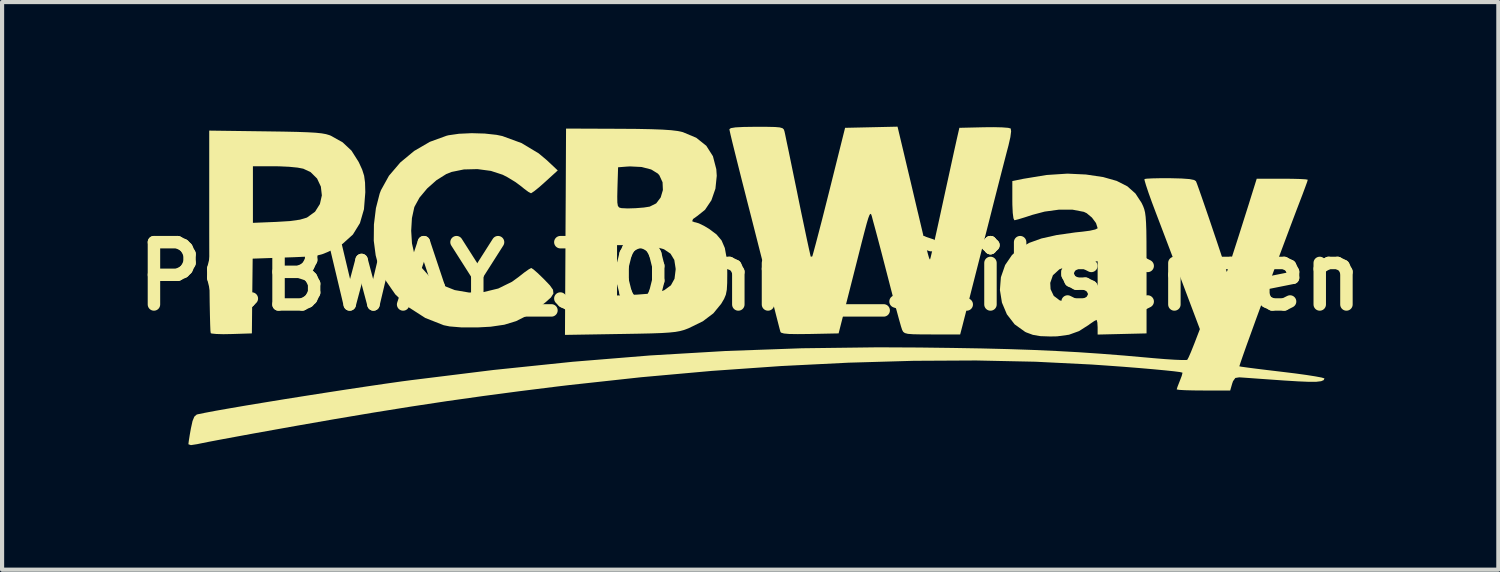
<source format=kicad_pcb>
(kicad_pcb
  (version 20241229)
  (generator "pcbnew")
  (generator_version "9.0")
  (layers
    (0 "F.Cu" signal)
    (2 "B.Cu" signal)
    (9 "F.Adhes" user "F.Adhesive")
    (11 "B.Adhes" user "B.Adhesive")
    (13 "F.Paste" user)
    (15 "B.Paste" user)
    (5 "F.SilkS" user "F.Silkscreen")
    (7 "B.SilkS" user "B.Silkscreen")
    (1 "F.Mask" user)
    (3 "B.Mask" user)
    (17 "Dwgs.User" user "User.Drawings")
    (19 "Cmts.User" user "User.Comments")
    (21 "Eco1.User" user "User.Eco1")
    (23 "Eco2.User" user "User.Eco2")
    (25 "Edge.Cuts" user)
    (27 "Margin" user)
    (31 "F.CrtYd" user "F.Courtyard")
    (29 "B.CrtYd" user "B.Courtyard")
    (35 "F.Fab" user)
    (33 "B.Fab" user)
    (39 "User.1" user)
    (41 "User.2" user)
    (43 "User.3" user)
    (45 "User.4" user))
  (footprint "PCBWAY_30mm_Slikscreen"
    (layer "F.Cu")
    (at 15.014 3.603)
    (property "Reference" "PCBWAY_30mm_Slikscreen" (at 0 0 0) (layer "F.SilkS") (effects (font (size 1.5 1.5) (thickness 0.3))))
    (attr board_only exclude_from_pos_files exclude_from_bom)
    (fp_poly (pts (xy -11.66 -3.49) (xy -11.242 -3.484) (xy -10.911 -3.477) (xy -10.655 -3.468) (xy -10.462 -3.457) (xy -10.319 -3.442) (xy -10.214 -3.423) (xy -10.133 -3.399) (xy -10.098 -3.385) (xy -9.814 -3.226) (xy -9.6 -3.025) (xy -9.429 -2.755) (xy -9.423 -2.743) (xy -9.343 -2.569) (xy -9.296 -2.421) (xy -9.274 -2.257) (xy -9.268 -2.037) (xy -9.268 -2.018) (xy -9.3 -1.614) (xy -9.397 -1.28) (xy -9.566 -1.006) (xy -9.813 -0.783) (xy -10.054 -0.642) (xy -10.182 -0.581) (xy -10.292 -0.537) (xy -10.406 -0.506) (xy -10.545 -0.485) (xy -10.728 -0.471) (xy -10.977 -0.46) (xy -11.182 -0.453) (xy -11.98 -0.425) (xy -11.99 0.475) (xy -11.999 1.375) (xy -12.476 1.39) (xy -12.686 1.394) (xy -12.857 1.389) (xy -12.965 1.378) (xy -12.989 1.37) (xy -12.997 1.314) (xy -13.003 1.168) (xy -13.009 0.942) (xy -13.015 0.645) (xy -13.019 0.287) (xy -13.023 -0.122) (xy -13.025 -0.571) (xy -13.026 -1.052) (xy -13.026 -1.088) (xy -13.026 -2.65) (xy -11.974 -2.65) (xy -11.974 -1.969) (xy -11.974 -1.287) (xy -11.41 -1.31) (xy -11.081 -1.33) (xy -10.84 -1.364) (xy -10.679 -1.412) (xy -10.669 -1.417) (xy -10.478 -1.555) (xy -10.361 -1.74) (xy -10.314 -1.948) (xy -10.338 -2.16) (xy -10.429 -2.354) (xy -10.586 -2.509) (xy -10.762 -2.591) (xy -10.898 -2.617) (xy -11.101 -2.637) (xy -11.337 -2.648) (xy -11.466 -2.65) (xy -11.974 -2.65) (xy -13.026 -2.65) (xy -13.026 -3.508)) (stroke (width 0) (type solid)) (fill yes) (layer "F.SilkS"))
    (fp_poly (pts (xy -6.392 -3.437) (xy -6.107 -3.406) (xy -5.968 -3.377) (xy -5.504 -3.207) (xy -5.093 -2.96) (xy -4.896 -2.795) (xy -4.634 -2.549) (xy -4.935 -2.275) (xy -5.079 -2.147) (xy -5.198 -2.051) (xy -5.27 -2.003) (xy -5.279 -2) (xy -5.339 -2.031) (xy -5.443 -2.108) (xy -5.502 -2.157) (xy -5.652 -2.269) (xy -5.843 -2.385) (xy -5.959 -2.445) (xy -6.244 -2.538) (xy -6.567 -2.581) (xy -6.894 -2.573) (xy -7.189 -2.513) (xy -7.318 -2.462) (xy -7.555 -2.313) (xy -7.778 -2.115) (xy -7.963 -1.894) (xy -8.081 -1.679) (xy -8.089 -1.659) (xy -8.145 -1.401) (xy -8.163 -1.097) (xy -8.144 -0.793) (xy -8.088 -0.54) (xy -7.934 -0.233) (xy -7.711 0.017) (xy -7.432 0.206) (xy -7.114 0.332) (xy -6.77 0.391) (xy -6.416 0.379) (xy -6.066 0.294) (xy -5.736 0.132) (xy -5.587 0.024) (xy -5.446 -0.087) (xy -5.333 -0.167) (xy -5.273 -0.2) (xy -5.272 -0.2) (xy -5.22 -0.167) (xy -5.119 -0.079) (xy -4.988 0.047) (xy -4.959 0.076) (xy -4.823 0.218) (xy -4.748 0.324) (xy -4.738 0.415) (xy -4.797 0.509) (xy -4.929 0.627) (xy -5.098 0.758) (xy -5.373 0.947) (xy -5.638 1.08) (xy -5.92 1.166) (xy -6.25 1.214) (xy -6.563 1.231) (xy -6.948 1.231) (xy -7.238 1.207) (xy -7.38 1.178) (xy -7.824 1.003) (xy -8.215 0.752) (xy -8.545 0.436) (xy -8.803 0.064) (xy -8.978 -0.354) (xy -9.018 -0.505) (xy -9.064 -0.857) (xy -9.06 -1.249) (xy -9.012 -1.641) (xy -8.922 -1.991) (xy -8.891 -2.073) (xy -8.698 -2.421) (xy -8.425 -2.741) (xy -8.09 -3.019) (xy -7.713 -3.238) (xy -7.312 -3.384) (xy -7.264 -3.396) (xy -7.013 -3.432) (xy -6.708 -3.446)) (stroke (width 0) (type solid)) (fill yes) (layer "F.SilkS"))
    (fp_poly (pts (xy 8.084 -2.451) (xy 8.497 -2.39) (xy 8.825 -2.297) (xy 9.081 -2.167) (xy 9.276 -1.994) (xy 9.423 -1.77) (xy 9.429 -1.758) (xy 9.462 -1.688) (xy 9.488 -1.618) (xy 9.508 -1.537) (xy 9.522 -1.431) (xy 9.532 -1.289) (xy 9.539 -1.097) (xy 9.542 -0.844) (xy 9.543 -0.517) (xy 9.544 -0.103) (xy 9.544 -0.075) (xy 9.544 1.375) (xy 8.955 1.389) (xy 8.366 1.403) (xy 8.366 1.227) (xy 8.359 1.11) (xy 8.342 1.052) (xy 8.338 1.05) (xy 8.284 1.078) (xy 8.184 1.146) (xy 8.148 1.173) (xy 7.917 1.32) (xy 7.676 1.407) (xy 7.39 1.446) (xy 7.228 1.449) (xy 6.987 1.441) (xy 6.807 1.41) (xy 6.65 1.352) (xy 6.619 1.337) (xy 6.368 1.157) (xy 6.181 0.916) (xy 6.062 0.634) (xy 6.013 0.33) (xy 6.026 0.158) (xy 7.225 0.158) (xy 7.233 0.31) (xy 7.309 0.471) (xy 7.452 0.579) (xy 7.644 0.631) (xy 7.864 0.623) (xy 8.094 0.551) (xy 8.198 0.496) (xy 8.283 0.439) (xy 8.334 0.382) (xy 8.358 0.299) (xy 8.366 0.161) (xy 8.366 0.015) (xy 8.366 -0.362) (xy 8.028 -0.327) (xy 7.691 -0.267) (xy 7.444 -0.167) (xy 7.289 -0.025) (xy 7.225 0.158) (xy 6.026 0.158) (xy 6.037 0.022) (xy 6.139 -0.271) (xy 6.303 -0.511) (xy 6.486 -0.673) (xy 6.719 -0.805) (xy 7.013 -0.911) (xy 7.38 -0.993) (xy 7.83 -1.057) (xy 8.003 -1.075) (xy 8.179 -1.098) (xy 8.308 -1.127) (xy 8.366 -1.156) (xy 8.366 -1.16) (xy 8.327 -1.282) (xy 8.229 -1.414) (xy 8.103 -1.519) (xy 8.034 -1.552) (xy 7.763 -1.604) (xy 7.438 -1.605) (xy 7.091 -1.558) (xy 6.8 -1.481) (xy 6.613 -1.42) (xy 6.462 -1.374) (xy 6.372 -1.351) (xy 6.361 -1.35) (xy 6.339 -1.397) (xy 6.322 -1.526) (xy 6.313 -1.72) (xy 6.312 -1.821) (xy 6.312 -2.293) (xy 6.575 -2.347) (xy 7.134 -2.439) (xy 7.638 -2.472)) (stroke (width 0) (type solid)) (fill yes) (layer "F.SilkS"))
    (fp_poly (pts (xy -3.158 -3.552) (xy -2.726 -3.549) (xy -2.381 -3.542) (xy -2.112 -3.532) (xy -1.905 -3.518) (xy -1.75 -3.499) (xy -1.633 -3.474) (xy -1.621 -3.471) (xy -1.299 -3.336) (xy -1.057 -3.143) (xy -0.897 -2.891) (xy -0.816 -2.579) (xy -0.805 -2.42) (xy -0.837 -2.11) (xy -0.934 -1.83) (xy -1.087 -1.602) (xy -1.277 -1.45) (xy -1.377 -1.379) (xy -1.397 -1.325) (xy -1.331 -1.3) (xy -1.319 -1.3) (xy -1.234 -1.274) (xy -1.1 -1.208) (xy -0.987 -1.14) (xy -0.812 -1.009) (xy -0.689 -0.863) (xy -0.611 -0.682) (xy -0.568 -0.446) (xy -0.553 -0.135) (xy -0.552 -0.072) (xy -0.554 0.162) (xy -0.563 0.324) (xy -0.586 0.442) (xy -0.628 0.543) (xy -0.694 0.655) (xy -0.699 0.663) (xy -0.887 0.892) (xy -1.141 1.084) (xy -1.477 1.248) (xy -1.509 1.261) (xy -1.598 1.294) (xy -1.691 1.319) (xy -1.802 1.339) (xy -1.945 1.354) (xy -2.132 1.366) (xy -2.379 1.375) (xy -2.697 1.382) (xy -3.102 1.389) (xy -3.119 1.389) (xy -4.46 1.411) (xy -4.448 -0.75) (xy -3.206 -0.75) (xy -3.206 -0.144) (xy -3.206 0.462) (xy -2.718 0.441) (xy -2.396 0.416) (xy -2.169 0.373) (xy -2.068 0.334) (xy -1.909 0.217) (xy -1.822 0.059) (xy -1.795 -0.161) (xy -1.796 -0.191) (xy -1.827 -0.393) (xy -1.918 -0.544) (xy -2.076 -0.651) (xy -2.31 -0.717) (xy -2.628 -0.747) (xy -2.793 -0.75) (xy -3.206 -0.75) (xy -4.448 -0.75) (xy -4.447 -1.073) (xy -4.442 -1.918) (xy -3.201 -1.918) (xy -3.199 -1.776) (xy -3.186 -1.696) (xy -3.157 -1.658) (xy -3.11 -1.643) (xy -3.095 -1.641) (xy -2.952 -1.634) (xy -2.757 -1.64) (xy -2.559 -1.656) (xy -2.419 -1.678) (xy -2.263 -1.756) (xy -2.155 -1.899) (xy -2.102 -2.077) (xy -2.11 -2.264) (xy -2.187 -2.432) (xy -2.223 -2.473) (xy -2.384 -2.572) (xy -2.615 -2.632) (xy -2.894 -2.646) (xy -2.981 -2.641) (xy -3.181 -2.625) (xy -3.196 -2.141) (xy -3.201 -1.918) (xy -4.442 -1.918) (xy -4.434 -3.557)) (stroke (width 0) (type solid)) (fill yes) (layer "F.SilkS"))
    (fp_poly (pts (xy 3.706 -2.939) (xy 3.779 -2.63) (xy 3.866 -2.266) (xy 3.954 -1.892) (xy 4.034 -1.552) (xy 4.041 -1.525) (xy 4.127 -1.161) (xy 4.193 -0.883) (xy 4.243 -0.68) (xy 4.278 -0.542) (xy 4.302 -0.458) (xy 4.318 -0.416) (xy 4.328 -0.406) (xy 4.331 -0.407) (xy 4.346 -0.459) (xy 4.378 -0.595) (xy 4.426 -0.804) (xy 4.486 -1.071) (xy 4.555 -1.385) (xy 4.629 -1.725) (xy 4.708 -2.088) (xy 4.784 -2.434) (xy 4.852 -2.746) (xy 4.909 -3.007) (xy 4.952 -3.2) (xy 4.974 -3.3) (xy 5.037 -3.575) (xy 5.633 -3.589) (xy 5.869 -3.591) (xy 6.069 -3.586) (xy 6.211 -3.575) (xy 6.273 -3.559) (xy 6.283 -3.491) (xy 6.265 -3.351) (xy 6.222 -3.162) (xy 6.218 -3.145) (xy 6.183 -3.013) (xy 6.127 -2.797) (xy 6.053 -2.511) (xy 5.965 -2.167) (xy 5.866 -1.78) (xy 5.76 -1.361) (xy 5.649 -0.926) (xy 5.636 -0.875) (xy 5.528 -0.447) (xy 5.425 -0.044) (xy 5.331 0.324) (xy 5.25 0.645) (xy 5.184 0.905) (xy 5.135 1.095) (xy 5.108 1.202) (xy 5.105 1.212) (xy 5.056 1.4) (xy 4.381 1.4) (xy 4.109 1.399) (xy 3.92 1.395) (xy 3.798 1.386) (xy 3.725 1.367) (xy 3.685 1.338) (xy 3.661 1.295) (xy 3.658 1.288) (xy 3.632 1.208) (xy 3.586 1.046) (xy 3.524 0.819) (xy 3.45 0.542) (xy 3.369 0.23) (xy 3.329 0.075) (xy 3.242 -0.261) (xy 3.159 -0.581) (xy 3.084 -0.866) (xy 3.022 -1.099) (xy 2.978 -1.261) (xy 2.967 -1.3) (xy 2.945 -1.383) (xy 2.928 -1.45) (xy 2.912 -1.493) (xy 2.894 -1.505) (xy 2.873 -1.477) (xy 2.844 -1.402) (xy 2.805 -1.271) (xy 2.753 -1.077) (xy 2.684 -0.811) (xy 2.597 -0.466) (xy 2.487 -0.033) (xy 2.466 0.05) (xy 2.129 1.375) (xy 1.439 1.389) (xy 1.146 1.392) (xy 0.941 1.389) (xy 0.811 1.377) (xy 0.744 1.357) (xy 0.729 1.339) (xy 0.71 1.271) (xy 0.672 1.124) (xy 0.618 0.914) (xy 0.554 0.66) (xy 0.501 0.45) (xy 0.435 0.185) (xy 0.349 -0.156) (xy 0.248 -0.551) (xy 0.139 -0.98) (xy 0.027 -1.421) (xy -0.084 -1.853) (xy -0.103 -1.929) (xy -0.2 -2.309) (xy -0.288 -2.659) (xy -0.365 -2.967) (xy -0.428 -3.221) (xy -0.473 -3.409) (xy -0.497 -3.519) (xy -0.501 -3.542) (xy -0.465 -3.568) (xy -0.353 -3.586) (xy -0.157 -3.596) (xy 0.132 -3.6) (xy 0.149 -3.6) (xy 0.415 -3.599) (xy 0.597 -3.595) (xy 0.712 -3.585) (xy 0.778 -3.566) (xy 0.81 -3.536) (xy 0.825 -3.491) (xy 0.826 -3.488) (xy 0.843 -3.411) (xy 0.876 -3.25) (xy 0.925 -3.018) (xy 0.985 -2.727) (xy 1.054 -2.391) (xy 1.13 -2.023) (xy 1.154 -1.903) (xy 1.23 -1.533) (xy 1.301 -1.196) (xy 1.362 -0.905) (xy 1.413 -0.67) (xy 1.45 -0.505) (xy 1.47 -0.421) (xy 1.473 -0.413) (xy 1.489 -0.456) (xy 1.525 -0.584) (xy 1.58 -0.787) (xy 1.65 -1.054) (xy 1.733 -1.373) (xy 1.824 -1.733) (xy 1.888 -1.986) (xy 2.285 -3.575) (xy 2.917 -3.589) (xy 3.548 -3.603)) (stroke (width 0) (type solid)) (fill yes) (layer "F.SilkS"))
    (fp_poly (pts (xy 10.108 -2.362) (xy 10.387 -2.355) (xy 10.578 -2.341) (xy 10.69 -2.319) (xy 10.733 -2.29) (xy 10.758 -2.229) (xy 10.808 -2.09) (xy 10.878 -1.89) (xy 10.962 -1.647) (xy 11.055 -1.376) (xy 11.15 -1.094) (xy 11.243 -0.819) (xy 11.327 -0.567) (xy 11.398 -0.353) (xy 11.448 -0.197) (xy 11.473 -0.113) (xy 11.475 -0.104) (xy 11.49 -0.139) (xy 11.531 -0.258) (xy 11.595 -0.45) (xy 11.677 -0.704) (xy 11.775 -1.009) (xy 11.884 -1.354) (xy 12.002 -1.726) (xy 12.06 -1.913) (xy 12.197 -2.35) (xy 12.812 -2.35) (xy 13.047 -2.348) (xy 13.24 -2.343) (xy 13.373 -2.335) (xy 13.426 -2.325) (xy 13.426 -2.325) (xy 13.41 -2.27) (xy 13.364 -2.144) (xy 13.299 -1.969) (xy 13.258 -1.862) (xy 13.15 -1.58) (xy 13.026 -1.252) (xy 12.891 -0.891) (xy 12.747 -0.506) (xy 12.6 -0.11) (xy 12.454 0.287) (xy 12.312 0.674) (xy 12.178 1.039) (xy 12.058 1.371) (xy 11.953 1.66) (xy 11.87 1.895) (xy 11.812 2.063) (xy 11.782 2.155) (xy 11.779 2.168) (xy 11.833 2.178) (xy 11.97 2.197) (xy 12.177 2.224) (xy 12.438 2.256) (xy 12.738 2.292) (xy 12.813 2.301) (xy 13.118 2.338) (xy 13.387 2.375) (xy 13.604 2.409) (xy 13.755 2.437) (xy 13.824 2.457) (xy 13.827 2.461) (xy 13.809 2.5) (xy 13.748 2.526) (xy 13.632 2.54) (xy 13.452 2.541) (xy 13.195 2.53) (xy 12.852 2.509) (xy 12.78 2.504) (xy 12.485 2.483) (xy 12.217 2.464) (xy 11.996 2.448) (xy 11.84 2.437) (xy 11.775 2.433) (xy 11.682 2.448) (xy 11.626 2.526) (xy 11.605 2.587) (xy 11.558 2.75) (xy 10.914 2.75) (xy 10.673 2.748) (xy 10.474 2.743) (xy 10.333 2.735) (xy 10.272 2.725) (xy 10.27 2.723) (xy 10.288 2.664) (xy 10.332 2.551) (xy 10.346 2.516) (xy 10.391 2.398) (xy 10.409 2.327) (xy 10.407 2.32) (xy 10.349 2.306) (xy 10.202 2.287) (xy 9.98 2.264) (xy 9.694 2.237) (xy 9.357 2.208) (xy 8.981 2.178) (xy 8.578 2.149) (xy 8.216 2.124) (xy 6.87 2.057) (xy 5.44 2.027) (xy 3.937 2.035) (xy 2.368 2.08) (xy 0.745 2.161) (xy -0.925 2.278) (xy -2.632 2.431) (xy -4.365 2.62) (xy -4.634 2.652) (xy -5.556 2.767) (xy -6.438 2.884) (xy -7.303 3.006) (xy -8.175 3.138) (xy -9.078 3.283) (xy -10.034 3.444) (xy -10.921 3.599) (xy -11.469 3.697) (xy -11.965 3.786) (xy -12.4 3.866) (xy -12.767 3.934) (xy -13.056 3.989) (xy -13.259 4.03) (xy -13.317 4.042) (xy -13.466 4.065) (xy -13.525 4.046) (xy -13.527 4.038) (xy -13.518 3.965) (xy -13.496 3.825) (xy -13.468 3.667) (xy -13.428 3.485) (xy -13.385 3.38) (xy -13.33 3.331) (xy -13.305 3.323) (xy -13.128 3.287) (xy -12.864 3.237) (xy -12.528 3.178) (xy -12.132 3.11) (xy -11.689 3.037) (xy -11.212 2.959) (xy -10.715 2.88) (xy -10.21 2.801) (xy -9.711 2.724) (xy -9.231 2.652) (xy -8.782 2.586) (xy -8.379 2.529) (xy -8.166 2.501) (xy -6.185 2.256) (xy -4.273 2.058) (xy -2.41 1.906) (xy -0.576 1.798) (xy 1.247 1.733) (xy 3.079 1.71) (xy 4.075 1.715) (xy 4.865 1.725) (xy 5.572 1.737) (xy 6.213 1.753) (xy 6.804 1.773) (xy 7.362 1.798) (xy 7.905 1.828) (xy 8.449 1.865) (xy 9.011 1.909) (xy 9.609 1.962) (xy 9.719 1.972) (xy 9.988 1.994) (xy 10.22 2.009) (xy 10.398 2.016) (xy 10.505 2.015) (xy 10.526 2.009) (xy 10.558 1.949) (xy 10.614 1.821) (xy 10.682 1.651) (xy 10.693 1.624) (xy 10.828 1.272) (xy 10.452 0.274) (xy 10.314 -0.092) (xy 10.163 -0.491) (xy 10.012 -0.889) (xy 9.873 -1.255) (xy 9.772 -1.52) (xy 9.673 -1.783) (xy 9.591 -2.012) (xy 9.531 -2.192) (xy 9.497 -2.307) (xy 9.494 -2.342) (xy 9.551 -2.351) (xy 9.688 -2.358) (xy 9.884 -2.362)) (stroke (width 0) (type solid)) (fill yes) (layer "F.SilkS")))
  (gr_rect
    (start -3 -3)
    (end 33.029 10.668)
    (stroke (width 0.1) (type default))
    (fill no)
    (layer "Edge.Cuts")))
</source>
